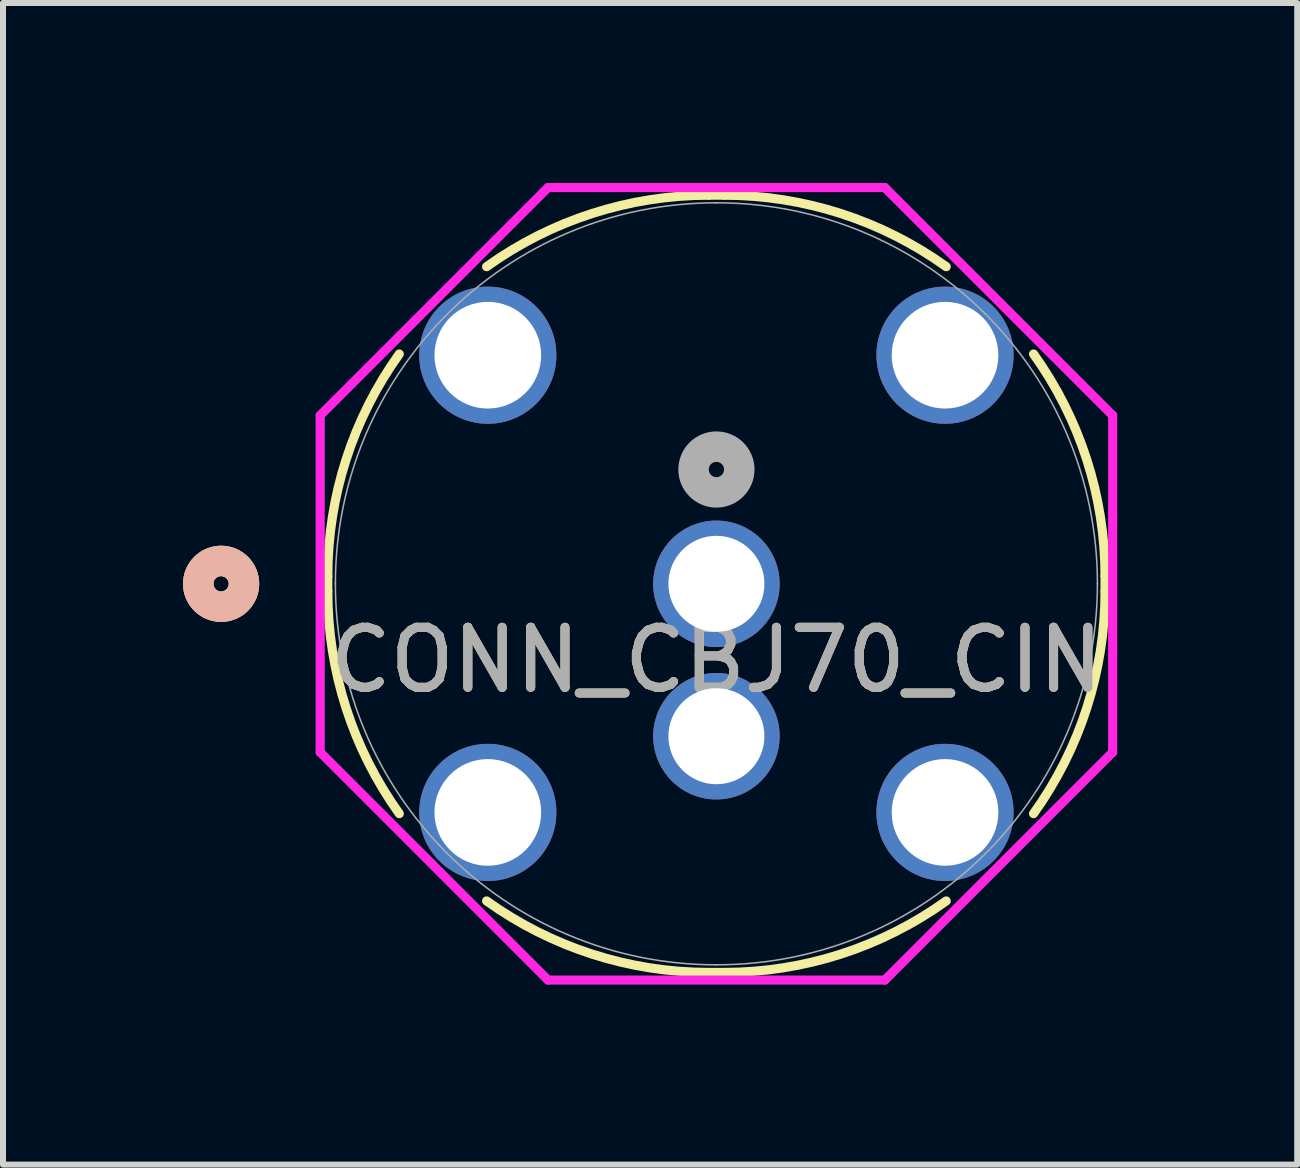
<source format=kicad_pcb>
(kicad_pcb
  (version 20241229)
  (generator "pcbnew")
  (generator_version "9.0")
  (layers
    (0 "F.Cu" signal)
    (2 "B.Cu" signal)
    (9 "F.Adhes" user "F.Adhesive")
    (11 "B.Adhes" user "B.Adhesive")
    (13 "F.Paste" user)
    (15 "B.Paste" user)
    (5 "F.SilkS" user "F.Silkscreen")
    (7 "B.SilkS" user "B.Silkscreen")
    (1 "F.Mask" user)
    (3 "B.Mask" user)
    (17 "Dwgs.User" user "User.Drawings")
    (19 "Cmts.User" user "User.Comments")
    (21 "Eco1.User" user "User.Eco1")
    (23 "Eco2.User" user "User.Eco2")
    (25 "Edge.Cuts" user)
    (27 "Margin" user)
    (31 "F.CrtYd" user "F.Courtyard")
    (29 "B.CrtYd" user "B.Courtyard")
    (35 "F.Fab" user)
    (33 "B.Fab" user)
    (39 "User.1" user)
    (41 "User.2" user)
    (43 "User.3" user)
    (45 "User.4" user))
  (footprint "CONN_CBJ70_CIN"
    (layer "F.Cu")
    (at 8.89 6.68)
    (property "Reference" "CONN_CBJ70_CIN" (at 0 1.27 0) (unlocked yes) (layer "F.SilkS") (effects (font (size 1 1) (thickness 0.15))))
    (attr through_hole)
    (fp_line (start -6.477 -0.127) (end -6.477 0.127) (stroke (width 0.152) (type solid)) (layer "F.SilkS"))
    (fp_line (start -0.127 6.477) (end 0.127 6.477) (stroke (width 0.152) (type solid)) (layer "F.SilkS"))
    (fp_line (start 0.127 -6.477) (end -0.127 -6.477) (stroke (width 0.152) (type solid)) (layer "F.SilkS"))
    (fp_line (start 6.477 0.127) (end 6.477 -0.127) (stroke (width 0.152) (type solid)) (layer "F.SilkS"))
    (fp_arc (start -6.477 -0.127005) (mid -6.171817 -2.071914) (end -5.285605 -3.829877) (stroke (width 0.1524) (type solid)) (layer "F.SilkS"))
    (fp_arc (start -5.285607 3.829874) (mid -6.171818 2.07191) (end -6.477 0.127) (stroke (width 0.1524) (type solid)) (layer "F.SilkS"))
    (fp_arc (start -3.829874 -5.285607) (mid -2.07191 -6.171818) (end -0.127 -6.477) (stroke (width 0.1524) (type solid)) (layer "F.SilkS"))
    (fp_arc (start -0.127005 6.477) (mid -2.071914 6.171817) (end -3.829877 5.285605) (stroke (width 0.1524) (type solid)) (layer "F.SilkS"))
    (fp_arc (start 0.127 -6.477) (mid 2.07191 -6.171818) (end 3.829874 -5.285607) (stroke (width 0.1524) (type solid)) (layer "F.SilkS"))
    (fp_arc (start 3.829874 5.285607) (mid 2.07191 6.171818) (end 0.127 6.477) (stroke (width 0.1524) (type solid)) (layer "F.SilkS"))
    (fp_arc (start 5.285607 -3.829874) (mid 6.171818 -2.07191) (end 6.477 -0.127) (stroke (width 0.1524) (type solid)) (layer "F.SilkS"))
    (fp_arc (start 6.477 0.127002) (mid 6.171818 2.071911) (end 5.285606 3.829875) (stroke (width 0.1524) (type solid)) (layer "F.SilkS"))
    (fp_circle (center -8.255 0) (end -7.874 0) (stroke (width 0.508) (type solid)) (fill no) (layer "F.SilkS"))
    (fp_circle (center -8.255 0) (end -7.874 0) (stroke (width 0.508) (type solid)) (fill no) (layer "B.SilkS"))
    (fp_line (start -6.604 2.807) (end -6.604 -2.807) (stroke (width 0.152) (type solid)) (layer "F.CrtYd"))
    (fp_line (start -6.604 2.807) (end -2.807 6.604) (stroke (width 0.152) (type solid)) (layer "F.CrtYd"))
    (fp_line (start -2.807 -6.604) (end -6.604 -2.807) (stroke (width 0.152) (type solid)) (layer "F.CrtYd"))
    (fp_line (start -2.807 -6.604) (end 2.807 -6.604) (stroke (width 0.152) (type solid)) (layer "F.CrtYd"))
    (fp_line (start 2.807 6.604) (end -2.807 6.604) (stroke (width 0.152) (type solid)) (layer "F.CrtYd"))
    (fp_line (start 2.807 6.604) (end 6.604 2.807) (stroke (width 0.152) (type solid)) (layer "F.CrtYd"))
    (fp_line (start 6.604 -2.807) (end 2.807 -6.604) (stroke (width 0.152) (type solid)) (layer "F.CrtYd"))
    (fp_line (start 6.604 2.807) (end 6.604 -2.807) (stroke (width 0.152) (type solid)) (layer "F.CrtYd"))
    (fp_line (start -6.35 0) (end -6.35 0) (stroke (width 0.025) (type solid)) (layer "F.Fab"))
    (fp_line (start 0 -6.35) (end 0 -6.35) (stroke (width 0.025) (type solid)) (layer "F.Fab"))
    (fp_line (start 0 6.35) (end 0 6.35) (stroke (width 0.025) (type solid)) (layer "F.Fab"))
    (fp_line (start 6.35 0) (end 6.35 0) (stroke (width 0.025) (type solid)) (layer "F.Fab"))
    (fp_arc (start -6.35 0) (mid -4.490128 -4.490128) (end 0 -6.35) (stroke (width 0.0254) (type solid)) (layer "F.Fab"))
    (fp_arc (start 0 -6.35) (mid 4.490128 -4.490128) (end 6.35 0) (stroke (width 0.0254) (type solid)) (layer "F.Fab"))
    (fp_arc (start 0 6.35) (mid -4.490128 4.490128) (end -6.35 0) (stroke (width 0.0254) (type solid)) (layer "F.Fab"))
    (fp_arc (start 6.35 0) (mid 4.490128 4.490128) (end 0 6.35) (stroke (width 0.0254) (type solid)) (layer "F.Fab"))
    (fp_circle (center 0 -1.905) (end 0.381 -1.905) (stroke (width 0.508) (type solid)) (fill no) (layer "F.Fab"))
    (fp_text user "${REFERENCE}" (at 0 1.27 0) (unlocked yes) (layer "F.Fab") (effects (font (size 1 1) (thickness 0.15))))
    (pad "1" thru_hole circle (at 0 0) (size 2.108 2.108) (drill 1.6) (layers "*.Cu" "*.Mask"))
    (pad "2" thru_hole circle (at 0 2.54) (size 2.108 2.108) (drill 1.6) (layers "*.Cu" "*.Mask"))
    (pad "3" thru_hole circle (at -3.81 -3.81) (size 2.286 2.286) (drill 1.778) (layers "*.Cu" "*.Mask"))
    (pad "4" thru_hole circle (at 3.81 -3.81) (size 2.286 2.286) (drill 1.778) (layers "*.Cu" "*.Mask"))
    (pad "5" thru_hole circle (at -3.81 3.81) (size 2.286 2.286) (drill 1.778) (layers "*.Cu" "*.Mask"))
    (pad "6" thru_hole circle (at 3.81 3.81) (size 2.286 2.286) (drill 1.778) (layers "*.Cu" "*.Mask")))
  (gr_rect
    (start -3 -3)
    (end 18.57 16.36)
    (stroke (width 0.1) (type default))
    (fill no)
    (layer "Edge.Cuts")))
</source>
